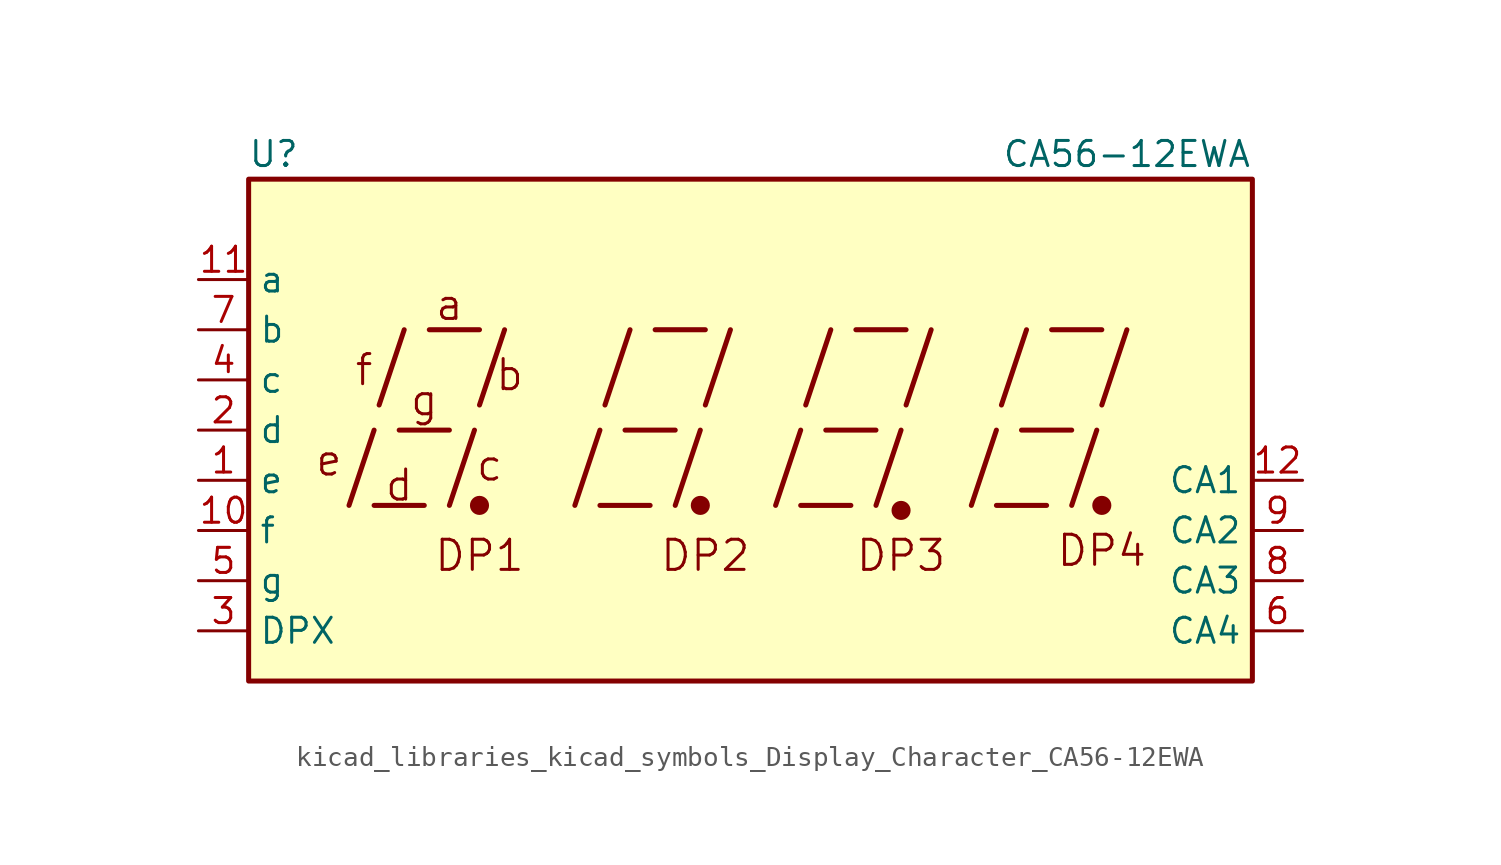
<source format=kicad_sym>
(kicad_symbol_lib
  (version 20220914)
  (generator kicad_symbol_editor)
  (symbol "kicad_libraries_kicad_symbols_Display_Character_CA56-12EWA"
    (property "Reference" "U"
      (at -24.13 13.97 0)
      (effects (font (size 1.27 1.27))))
    (property "Value" "CA56-12EWA"
      (at 19.05 13.97 0)
      (effects (font (size 1.27 1.27))))
    (symbol "kicad_libraries_kicad_symbols_Display_Character_CA56-12EWA_0_0"
      (rectangle (start -25.4 12.7) (end 25.4 -12.7) (stroke (width 0.254) (type default)) (fill (type background)))
      (polyline (pts (xy -20.32 -3.81) (xy -19.05 0)) (stroke (width 0.254) (type default)) (fill (type none)))
      (polyline (pts (xy -19.05 -3.81) (xy -16.51 -3.81)) (stroke (width 0.254) (type default)) (fill (type none)))
      (polyline (pts (xy -18.796 1.27) (xy -17.526 5.08)) (stroke (width 0.254) (type default)) (fill (type none)))
      (polyline (pts (xy -17.78 0) (xy -15.24 0)) (stroke (width 0.254) (type default)) (fill (type none)))
      (polyline (pts (xy -16.256 5.08) (xy -13.716 5.08)) (stroke (width 0.254) (type default)) (fill (type none)))
      (polyline (pts (xy -15.24 -3.81) (xy -13.97 0)) (stroke (width 0.254) (type default)) (fill (type none)))
      (polyline (pts (xy -13.716 1.27) (xy -12.446 5.08)) (stroke (width 0.254) (type default)) (fill (type none)))
      (polyline (pts (xy -8.89 -3.81) (xy -7.62 0)) (stroke (width 0.254) (type default)) (fill (type none)))
      (polyline (pts (xy -7.62 -3.81) (xy -5.08 -3.81)) (stroke (width 0.254) (type default)) (fill (type none)))
      (polyline (pts (xy -7.366 1.27) (xy -6.096 5.08)) (stroke (width 0.254) (type default)) (fill (type none)))
      (polyline (pts (xy -6.35 0) (xy -3.81 0)) (stroke (width 0.254) (type default)) (fill (type none)))
      (polyline (pts (xy -4.826 5.08) (xy -2.286 5.08)) (stroke (width 0.254) (type default)) (fill (type none)))
      (polyline (pts (xy -3.81 -3.81) (xy -2.54 0)) (stroke (width 0.254) (type default)) (fill (type none)))
      (polyline (pts (xy -2.286 1.27) (xy -1.016 5.08)) (stroke (width 0.254) (type default)) (fill (type none)))
      (polyline (pts (xy 1.27 -3.81) (xy 2.54 0)) (stroke (width 0.254) (type default)) (fill (type none)))
      (polyline (pts (xy 2.54 -3.81) (xy 5.08 -3.81)) (stroke (width 0.254) (type default)) (fill (type none)))
      (polyline (pts (xy 2.794 1.27) (xy 4.064 5.08)) (stroke (width 0.254) (type default)) (fill (type none)))
      (polyline (pts (xy 3.81 0) (xy 6.35 0)) (stroke (width 0.254) (type default)) (fill (type none)))
      (polyline (pts (xy 5.334 5.08) (xy 7.874 5.08)) (stroke (width 0.254) (type default)) (fill (type none)))
      (polyline (pts (xy 6.35 -3.81) (xy 7.62 0)) (stroke (width 0.254) (type default)) (fill (type none)))
      (polyline (pts (xy 7.874 1.27) (xy 9.144 5.08)) (stroke (width 0.254) (type default)) (fill (type none)))
      (polyline (pts (xy 11.176 -3.81) (xy 12.446 0)) (stroke (width 0.254) (type default)) (fill (type none)))
      (polyline (pts (xy 12.446 -3.81) (xy 14.986 -3.81)) (stroke (width 0.254) (type default)) (fill (type none)))
      (polyline (pts (xy 12.7 1.27) (xy 13.97 5.08)) (stroke (width 0.254) (type default)) (fill (type none)))
      (polyline (pts (xy 13.716 0) (xy 16.256 0)) (stroke (width 0.254) (type default)) (fill (type none)))
      (polyline (pts (xy 15.24 5.08) (xy 17.78 5.08)) (stroke (width 0.254) (type default)) (fill (type none)))
      (polyline (pts (xy 16.256 -3.81) (xy 17.526 0)) (stroke (width 0.254) (type default)) (fill (type none)))
      (polyline (pts (xy 17.78 1.27) (xy 19.05 5.08)) (stroke (width 0.254) (type default)) (fill (type none)))
      (text "a" (at -15.24 6.35 0) (effects (font (size 1.524 1.524))))
      (text "b" (at -12.192 2.794 0) (effects (font (size 1.524 1.524))))
      (text "c" (at -13.208 -1.778 0) (effects (font (size 1.524 1.524))))
      (text "d" (at -17.78 -2.794 0) (effects (font (size 1.524 1.524))))
      (text "DP1" (at -13.716 -6.35 0) (effects (font (size 1.524 1.524))))
      (text "DP2" (at -2.286 -6.35 0) (effects (font (size 1.524 1.524))))
      (text "DP3" (at 7.62 -6.35 0) (effects (font (size 1.524 1.524))))
      (text "DP4" (at 17.78 -6.096 0) (effects (font (size 1.524 1.524))))
      (text "e" (at -21.336 -1.524 0) (effects (font (size 1.524 1.524))))
      (text "f" (at -19.558 3.048 0) (effects (font (size 1.524 1.524))))
      (text "g" (at -16.51 1.524 0) (effects (font (size 1.524 1.524)))))
    (symbol "kicad_libraries_kicad_symbols_Display_Character_CA56-12EWA_0_1"
      (circle (center -13.716 -3.81) (radius 0.356) (stroke (width 0.254) (type default)) (fill (type outline)))
      (circle (center -2.54 -3.81) (radius 0.356) (stroke (width 0.254) (type default)) (fill (type outline))))
    (symbol "kicad_libraries_kicad_symbols_Display_Character_CA56-12EWA_1_0"
      (circle (center 7.62 -4.064) (radius 0.356) (stroke (width 0.254) (type default)) (fill (type outline)))
      (circle (center 17.78 -3.81) (radius 0.356) (stroke (width 0.254) (type default)) (fill (type outline))))
    (symbol "kicad_libraries_kicad_symbols_Display_Character_CA56-12EWA_1_1"
      (pin input line (at -27.94 -2.54 0) (length 2.54) (name "e" (effects (font (size 1.27 1.27)))) (number "1" (effects (font (size 1.27 1.27)))))
      (pin input line (at -27.94 -5.08 0) (length 2.54) (name "f" (effects (font (size 1.27 1.27)))) (number "10" (effects (font (size 1.27 1.27)))))
      (pin input line (at -27.94 7.62 0) (length 2.54) (name "a" (effects (font (size 1.27 1.27)))) (number "11" (effects (font (size 1.27 1.27)))))
      (pin input line (at 27.94 -2.54 180) (length 2.54) (name "CA1" (effects (font (size 1.27 1.27)))) (number "12" (effects (font (size 1.27 1.27)))))
      (pin input line (at -27.94 0 0) (length 2.54) (name "d" (effects (font (size 1.27 1.27)))) (number "2" (effects (font (size 1.27 1.27)))))
      (pin input line (at -27.94 -10.16 0) (length 2.54) (name "DPX" (effects (font (size 1.27 1.27)))) (number "3" (effects (font (size 1.27 1.27)))))
      (pin input line (at -27.94 2.54 0) (length 2.54) (name "c" (effects (font (size 1.27 1.27)))) (number "4" (effects (font (size 1.27 1.27)))))
      (pin input line (at -27.94 -7.62 0) (length 2.54) (name "g" (effects (font (size 1.27 1.27)))) (number "5" (effects (font (size 1.27 1.27)))))
      (pin input line (at 27.94 -10.16 180) (length 2.54) (name "CA4" (effects (font (size 1.27 1.27)))) (number "6" (effects (font (size 1.27 1.27)))))
      (pin input line (at -27.94 5.08 0) (length 2.54) (name "b" (effects (font (size 1.27 1.27)))) (number "7" (effects (font (size 1.27 1.27)))))
      (pin input line (at 27.94 -7.62 180) (length 2.54) (name "CA3" (effects (font (size 1.27 1.27)))) (number "8" (effects (font (size 1.27 1.27)))))
      (pin input line (at 27.94 -5.08 180) (length 2.54) (name "CA2" (effects (font (size 1.27 1.27)))) (number "9" (effects (font (size 1.27 1.27))))))))
</source>
